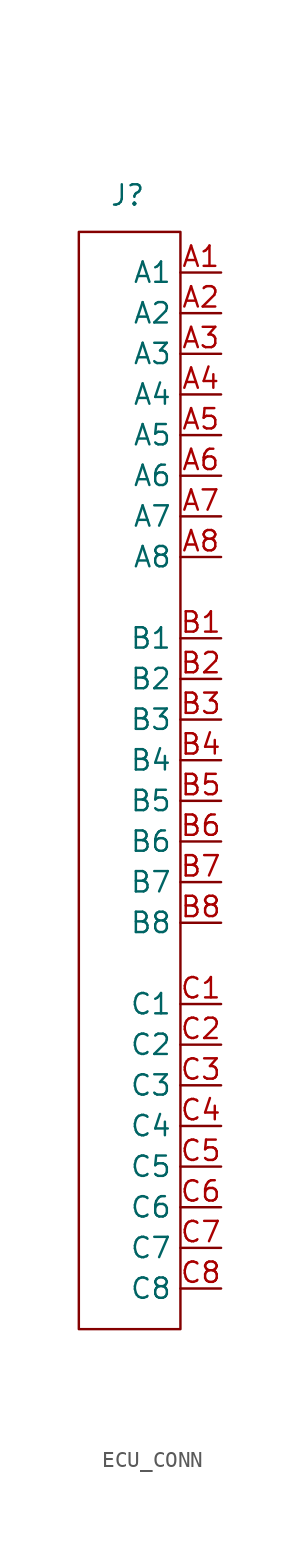
<source format=kicad_sym>
(kicad_symbol_lib
  (version 20231120)
  (generator "kicad_symbol_editor")
  (generator_version "8.0")
  (symbol "ECU_CONN"
    (property "Reference" "J"
      (at -5.842 4.826 0)
      (effects (font (size 1.27 1.27))))
    (property "Value" ""
      (at -2.54 3.81 0)
      (effects (font (size 1.27 1.27))))
    (symbol "ECU_CONN_0_1"
      (rectangle (start -8.89 2.54) (end -2.54 -66.04) (stroke (width 0) (type default)) (fill (type none))))
    (symbol "ECU_CONN_1_1"
      (pin passive line (at 0 0 180) (length 2.54) (name "A1" (effects (font (size 1.27 1.27)))) (number "A1" (effects (font (size 1.27 1.27)))))
      (pin passive line (at 0 -2.54 180) (length 2.54) (name "A2" (effects (font (size 1.27 1.27)))) (number "A2" (effects (font (size 1.27 1.27)))))
      (pin passive line (at 0 -5.08 180) (length 2.54) (name "A3" (effects (font (size 1.27 1.27)))) (number "A3" (effects (font (size 1.27 1.27)))))
      (pin passive line (at 0 -7.62 180) (length 2.54) (name "A4" (effects (font (size 1.27 1.27)))) (number "A4" (effects (font (size 1.27 1.27)))))
      (pin passive line (at 0 -10.16 180) (length 2.54) (name "A5" (effects (font (size 1.27 1.27)))) (number "A5" (effects (font (size 1.27 1.27)))))
      (pin passive line (at 0 -12.7 180) (length 2.54) (name "A6" (effects (font (size 1.27 1.27)))) (number "A6" (effects (font (size 1.27 1.27)))))
      (pin passive line (at 0 -15.24 180) (length 2.54) (name "A7" (effects (font (size 1.27 1.27)))) (number "A7" (effects (font (size 1.27 1.27)))))
      (pin passive line (at 0 -17.78 180) (length 2.54) (name "A8" (effects (font (size 1.27 1.27)))) (number "A8" (effects (font (size 1.27 1.27)))))
      (pin passive line (at 0 -22.86 180) (length 2.54) (name "B1" (effects (font (size 1.27 1.27)))) (number "B1" (effects (font (size 1.27 1.27)))))
      (pin passive line (at 0 -25.4 180) (length 2.54) (name "B2" (effects (font (size 1.27 1.27)))) (number "B2" (effects (font (size 1.27 1.27)))))
      (pin passive line (at 0 -27.94 180) (length 2.54) (name "B3" (effects (font (size 1.27 1.27)))) (number "B3" (effects (font (size 1.27 1.27)))))
      (pin passive line (at 0 -30.48 180) (length 2.54) (name "B4" (effects (font (size 1.27 1.27)))) (number "B4" (effects (font (size 1.27 1.27)))))
      (pin passive line (at 0 -33.02 180) (length 2.54) (name "B5" (effects (font (size 1.27 1.27)))) (number "B5" (effects (font (size 1.27 1.27)))))
      (pin passive line (at 0 -35.56 180) (length 2.54) (name "B6" (effects (font (size 1.27 1.27)))) (number "B6" (effects (font (size 1.27 1.27)))))
      (pin passive line (at 0 -38.1 180) (length 2.54) (name "B7" (effects (font (size 1.27 1.27)))) (number "B7" (effects (font (size 1.27 1.27)))))
      (pin passive line (at 0 -40.64 180) (length 2.54) (name "B8" (effects (font (size 1.27 1.27)))) (number "B8" (effects (font (size 1.27 1.27)))))
      (pin passive line (at 0 -45.72 180) (length 2.54) (name "C1" (effects (font (size 1.27 1.27)))) (number "C1" (effects (font (size 1.27 1.27)))))
      (pin passive line (at 0 -48.26 180) (length 2.54) (name "C2" (effects (font (size 1.27 1.27)))) (number "C2" (effects (font (size 1.27 1.27)))))
      (pin passive line (at 0 -50.8 180) (length 2.54) (name "C3" (effects (font (size 1.27 1.27)))) (number "C3" (effects (font (size 1.27 1.27)))))
      (pin passive line (at 0 -53.34 180) (length 2.54) (name "C4" (effects (font (size 1.27 1.27)))) (number "C4" (effects (font (size 1.27 1.27)))))
      (pin passive line (at 0 -55.88 180) (length 2.54) (name "C5" (effects (font (size 1.27 1.27)))) (number "C5" (effects (font (size 1.27 1.27)))))
      (pin passive line (at 0 -58.42 180) (length 2.54) (name "C6" (effects (font (size 1.27 1.27)))) (number "C6" (effects (font (size 1.27 1.27)))))
      (pin passive line (at 0 -60.96 180) (length 2.54) (name "C7" (effects (font (size 1.27 1.27)))) (number "C7" (effects (font (size 1.27 1.27)))))
      (pin passive line (at 0 -63.5 180) (length 2.54) (name "C8" (effects (font (size 1.27 1.27)))) (number "C8" (effects (font (size 1.27 1.27))))))))
</source>
